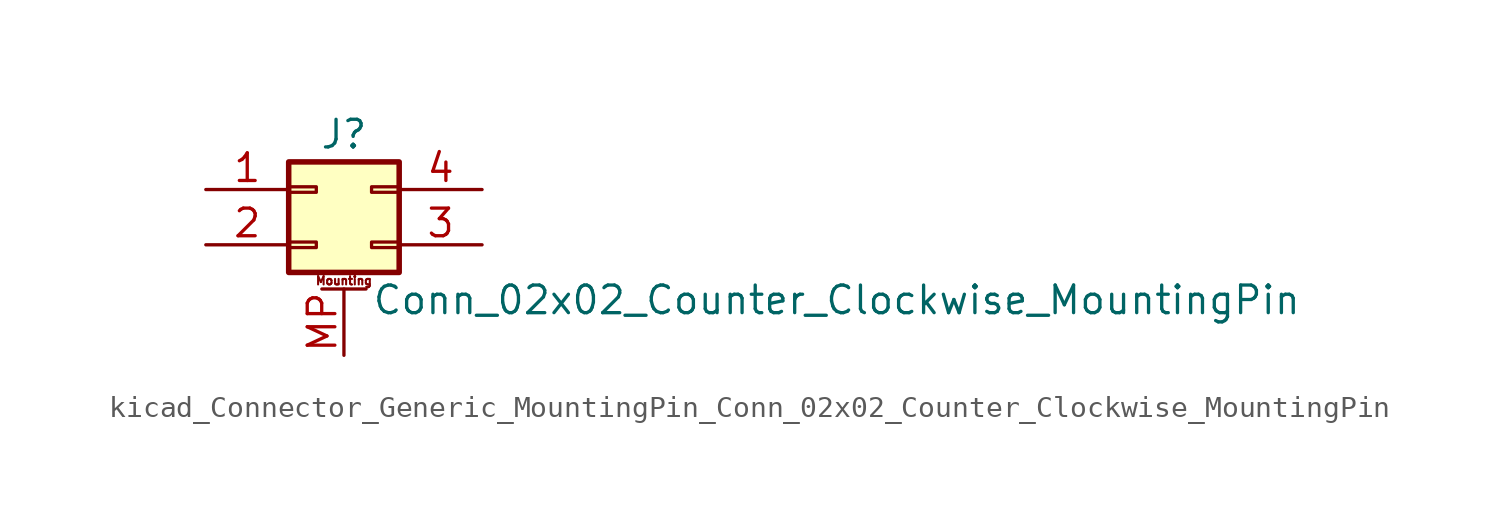
<source format=kicad_sym>
(kicad_symbol_lib
  (version 20220914)
  (generator kicad_symbol_editor)
  (symbol "kicad_Connector_Generic_MountingPin_Conn_02x02_Counter_Clockwise_MountingPin"
    (pin_names
      (offset 1.016) hide)
    (property "Reference" "J"
      (at 1.27 2.54 0)
      (effects (font (size 1.27 1.27))))
    (property "Value" "Conn_02x02_Counter_Clockwise_MountingPin"
      (at 2.54 -5.08 0)
      (effects (font (size 1.27 1.27)) (justify left)))
    (symbol "kicad_Connector_Generic_MountingPin_Conn_02x02_Counter_Clockwise_MountingPin_1_1"
      (rectangle (start -1.27 -2.413) (end 0 -2.667) (stroke (width 0.152) (type default)) (fill (type none)))
      (rectangle (start -1.27 0.127) (end 0 -0.127) (stroke (width 0.152) (type default)) (fill (type none)))
      (rectangle (start -1.27 1.27) (end 3.81 -3.81) (stroke (width 0.254) (type default)) (fill (type background)))
      (polyline (pts (xy 0.254 -4.572) (xy 2.286 -4.572)) (stroke (width 0.152) (type default)) (fill (type none)))
      (rectangle (start 3.81 -2.413) (end 2.54 -2.667) (stroke (width 0.152) (type default)) (fill (type none)))
      (rectangle (start 3.81 0.127) (end 2.54 -0.127) (stroke (width 0.152) (type default)) (fill (type none)))
      (text "Mounting" (at 1.27 -4.191 0) (effects (font (size 0.381 0.381))))
      (pin passive line (at -5.08 0 0) (length 3.81) (name "Pin_1" (effects (font (size 1.27 1.27)))) (number "1" (effects (font (size 1.27 1.27)))))
      (pin passive line (at -5.08 -2.54 0) (length 3.81) (name "Pin_2" (effects (font (size 1.27 1.27)))) (number "2" (effects (font (size 1.27 1.27)))))
      (pin passive line (at 7.62 -2.54 180) (length 3.81) (name "Pin_3" (effects (font (size 1.27 1.27)))) (number "3" (effects (font (size 1.27 1.27)))))
      (pin passive line (at 7.62 0 180) (length 3.81) (name "Pin_4" (effects (font (size 1.27 1.27)))) (number "4" (effects (font (size 1.27 1.27)))))
      (pin passive line (at 1.27 -7.62 90) (length 3.048) (name "MountPin" (effects (font (size 1.27 1.27)))) (number "MP" (effects (font (size 1.27 1.27))))))))
</source>
